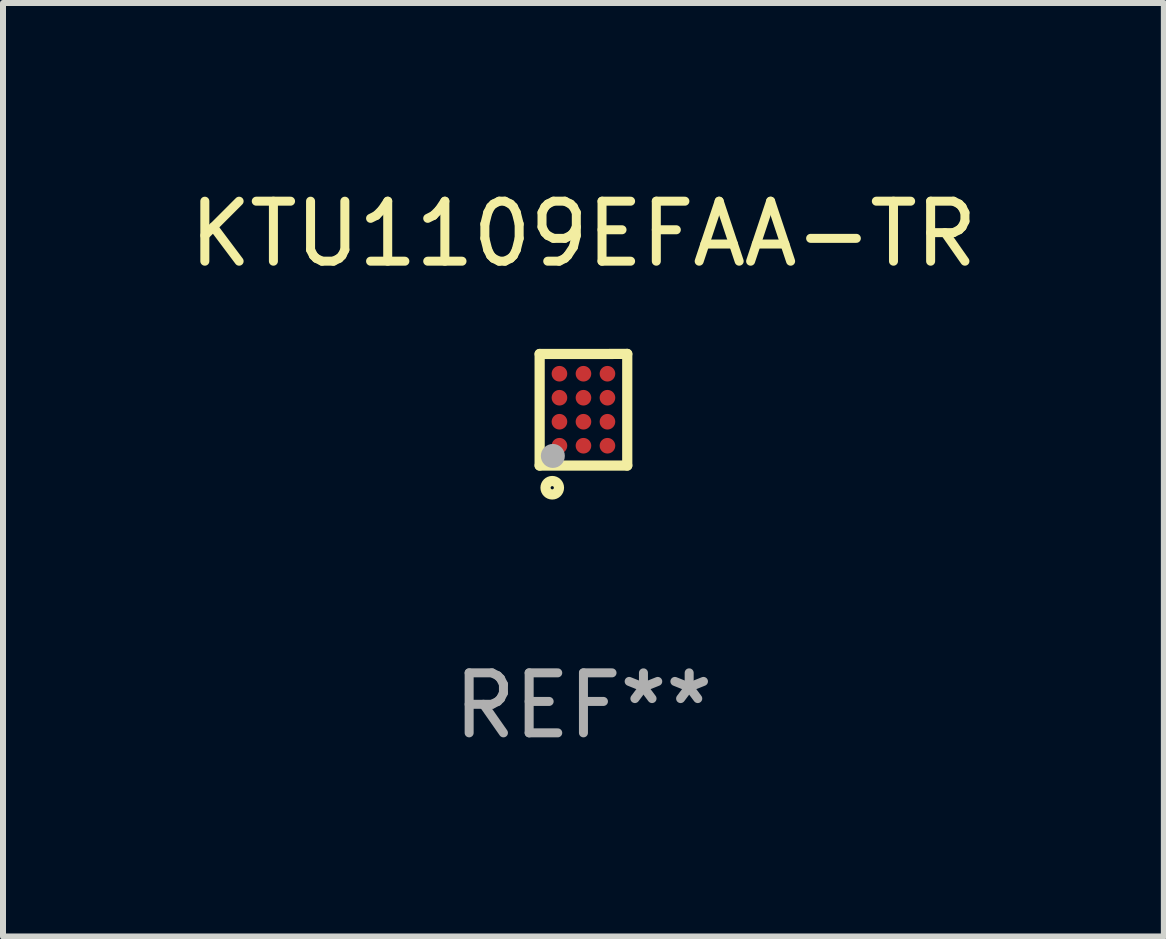
<source format=kicad_pcb>
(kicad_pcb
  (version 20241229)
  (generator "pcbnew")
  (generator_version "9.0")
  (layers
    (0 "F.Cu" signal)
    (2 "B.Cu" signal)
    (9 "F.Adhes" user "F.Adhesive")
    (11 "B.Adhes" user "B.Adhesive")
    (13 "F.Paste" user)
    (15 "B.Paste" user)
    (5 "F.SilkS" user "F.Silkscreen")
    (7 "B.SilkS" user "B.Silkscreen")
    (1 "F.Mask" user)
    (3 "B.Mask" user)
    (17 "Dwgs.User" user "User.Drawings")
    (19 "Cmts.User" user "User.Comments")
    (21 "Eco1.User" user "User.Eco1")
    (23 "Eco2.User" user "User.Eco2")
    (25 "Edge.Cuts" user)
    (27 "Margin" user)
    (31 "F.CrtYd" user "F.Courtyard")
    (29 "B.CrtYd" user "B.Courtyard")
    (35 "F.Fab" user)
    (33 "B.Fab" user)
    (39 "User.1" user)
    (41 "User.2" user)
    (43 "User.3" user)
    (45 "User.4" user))
  (footprint "KTU1109EFAA-TR"
    (layer "F.Cu")
    (at 6.673 3.778)
    (property "Reference" "KTU1109EFAA-TR" (at 0 -2.93 0) (layer "F.SilkS") (effects (font (size 1 1) (thickness 0.15))))
    (attr through_hole)
    (fp_line (start -0.73 -0.929) (end 0.73 -0.93) (stroke (width 0.17) (type solid)) (layer "F.SilkS"))
    (fp_line (start -0.73 0.93) (end -0.73 -0.929) (stroke (width 0.17) (type solid)) (layer "F.SilkS"))
    (fp_line (start 0.73 -0.93) (end 0.73 0.93) (stroke (width 0.17) (type solid)) (layer "F.SilkS"))
    (fp_line (start 0.73 0.93) (end -0.73 0.93) (stroke (width 0.17) (type solid)) (layer "F.SilkS"))
    (fp_circle (center -0.7 0.9) (end -0.67 0.9) (stroke (width 0.06) (type solid)) (fill no) (layer "F.SilkS"))
    (fp_circle (center -0.52 1.3) (end -0.408 1.3) (stroke (width 0.17) (type solid)) (fill no) (layer "F.SilkS"))
    (fp_circle (center -0.51 0.77) (end -0.41 0.77) (stroke (width 0.2) (type solid)) (fill no) (layer "F.Fab"))
    (fp_text user "REF**" (at 0 4.93 0) (layer "F.Fab") (effects (font (size 1 1) (thickness 0.15))))
    (pad "A1" smd circle (at -0.4 0.6) (size 0.26 0.26) (layers "F.Cu" "F.Mask" "F.Paste"))
    (pad "A2" smd circle (at -0.4 0.2) (size 0.26 0.26) (layers "F.Cu" "F.Mask" "F.Paste"))
    (pad "A3" smd circle (at -0.4 -0.2) (size 0.26 0.26) (layers "F.Cu" "F.Mask" "F.Paste"))
    (pad "A4" smd circle (at -0.4 -0.6) (size 0.26 0.26) (layers "F.Cu" "F.Mask" "F.Paste"))
    (pad "B1" smd circle (at 0.000102 0.6) (size 0.26 0.26) (layers "F.Cu" "F.Mask" "F.Paste"))
    (pad "B2" smd circle (at 0.000102 0.2) (size 0.26 0.26) (layers "F.Cu" "F.Mask" "F.Paste"))
    (pad "B3" smd circle (at 0.000102 -0.2) (size 0.26 0.26) (layers "F.Cu" "F.Mask" "F.Paste"))
    (pad "B4" smd circle (at 0.000102 -0.6) (size 0.26 0.26) (layers "F.Cu" "F.Mask" "F.Paste"))
    (pad "C1" smd circle (at 0.4 0.6) (size 0.26 0.26) (layers "F.Cu" "F.Mask" "F.Paste"))
    (pad "C2" smd circle (at 0.4 0.2) (size 0.26 0.26) (layers "F.Cu" "F.Mask" "F.Paste"))
    (pad "C3" smd circle (at 0.4 -0.2) (size 0.26 0.26) (layers "F.Cu" "F.Mask" "F.Paste"))
    (pad "C4" smd circle (at 0.4 -0.6) (size 0.26 0.26) (layers "F.Cu" "F.Mask" "F.Paste")))
  (gr_rect
    (start -3 -3)
    (end 16.345 12.556)
    (stroke (width 0.1) (type default))
    (fill no)
    (layer "Edge.Cuts")))
</source>
